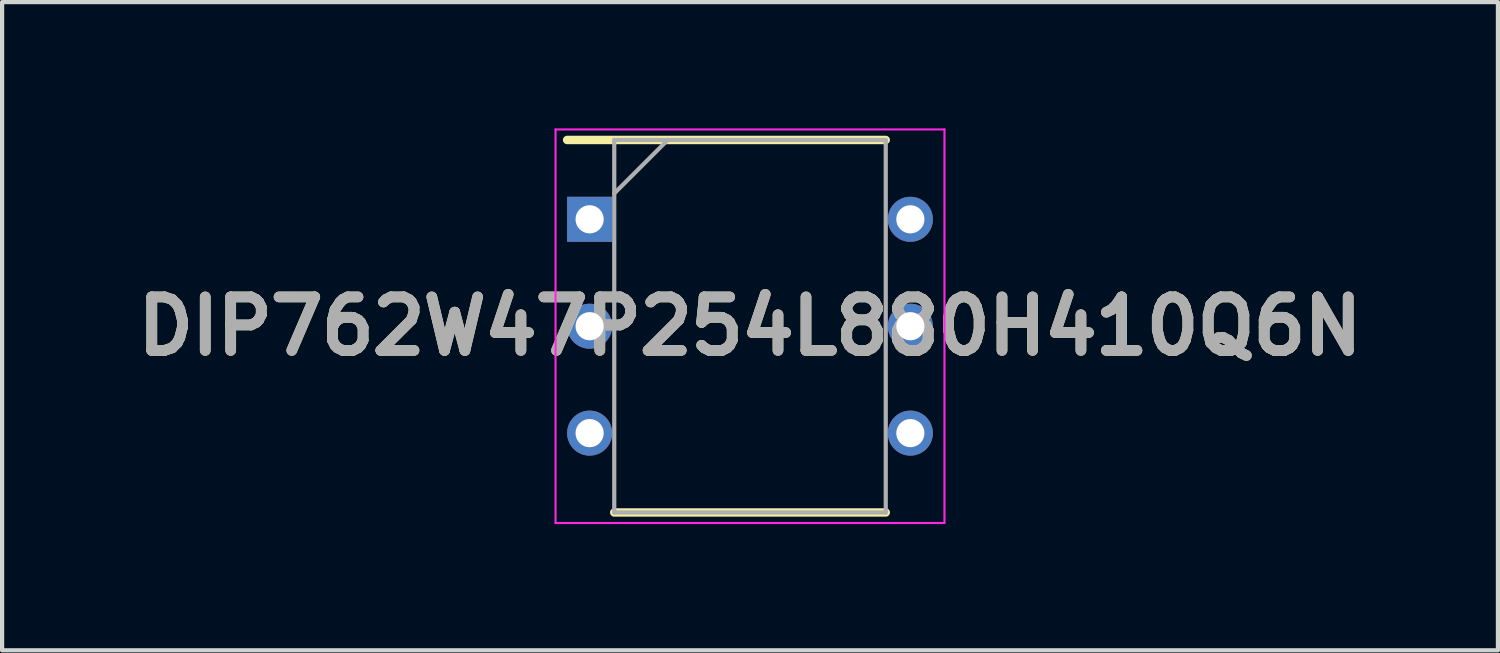
<source format=kicad_pcb>
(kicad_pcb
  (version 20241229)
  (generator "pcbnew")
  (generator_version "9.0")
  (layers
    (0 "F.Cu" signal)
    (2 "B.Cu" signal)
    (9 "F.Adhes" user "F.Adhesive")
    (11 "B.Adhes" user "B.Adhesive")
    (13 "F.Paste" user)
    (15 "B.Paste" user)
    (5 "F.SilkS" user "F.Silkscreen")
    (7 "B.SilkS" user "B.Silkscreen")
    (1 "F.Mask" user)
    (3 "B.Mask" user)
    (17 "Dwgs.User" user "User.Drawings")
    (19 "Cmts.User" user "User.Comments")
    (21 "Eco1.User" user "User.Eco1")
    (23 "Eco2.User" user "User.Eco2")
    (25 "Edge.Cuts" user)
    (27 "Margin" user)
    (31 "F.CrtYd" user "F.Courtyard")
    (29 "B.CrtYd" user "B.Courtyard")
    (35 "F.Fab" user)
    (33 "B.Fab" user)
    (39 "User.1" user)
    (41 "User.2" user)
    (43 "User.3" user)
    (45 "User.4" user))
  (footprint "DIP762W47P254L880H410Q6N"
    (layer "F.Cu")
    (at 14.768 4.7)
    (property "Reference" "DIP762W47P254L880H410Q6N" (at 0 0 0) (layer "F.SilkS") (effects (font (size 1.27 1.27) (thickness 0.254))))
    (attr through_hole)
    (fp_line (start -4.345 -4.425) (end 3.225 -4.425) (stroke (width 0.2) (type solid)) (layer "F.SilkS"))
    (fp_line (start -3.225 4.425) (end 3.225 4.425) (stroke (width 0.2) (type solid)) (layer "F.SilkS"))
    (fp_line (start -4.62 -4.675) (end 4.62 -4.675) (stroke (width 0.05) (type solid)) (layer "F.CrtYd"))
    (fp_line (start -4.62 4.675) (end -4.62 -4.675) (stroke (width 0.05) (type solid)) (layer "F.CrtYd"))
    (fp_line (start 4.62 -4.675) (end 4.62 4.675) (stroke (width 0.05) (type solid)) (layer "F.CrtYd"))
    (fp_line (start 4.62 4.675) (end -4.62 4.675) (stroke (width 0.05) (type solid)) (layer "F.CrtYd"))
    (fp_line (start -3.225 -4.425) (end 3.225 -4.425) (stroke (width 0.1) (type solid)) (layer "F.Fab"))
    (fp_line (start -3.225 -3.155) (end -1.955 -4.425) (stroke (width 0.1) (type solid)) (layer "F.Fab"))
    (fp_line (start -3.225 4.425) (end -3.225 -4.425) (stroke (width 0.1) (type solid)) (layer "F.Fab"))
    (fp_line (start 3.225 -4.425) (end 3.225 4.425) (stroke (width 0.1) (type solid)) (layer "F.Fab"))
    (fp_line (start 3.225 4.425) (end -3.225 4.425) (stroke (width 0.1) (type solid)) (layer "F.Fab"))
    (fp_text user "${REFERENCE}" (at 0 0 0) (layer "F.Fab") (effects (font (size 1.27 1.27) (thickness 0.254))))
    (pad "1" thru_hole rect (at -3.81 -2.54) (size 1.07 1.07) (drill 0.67) (layers "*.Cu" "*.Mask"))
    (pad "2" thru_hole circle (at -3.81 0) (size 1.07 1.07) (drill 0.67) (layers "*.Cu" "*.Mask"))
    (pad "3" thru_hole circle (at -3.81 2.54) (size 1.07 1.07) (drill 0.67) (layers "*.Cu" "*.Mask"))
    (pad "4" thru_hole circle (at 3.81 2.54) (size 1.07 1.07) (drill 0.67) (layers "*.Cu" "*.Mask"))
    (pad "5" thru_hole circle (at 3.81 0) (size 1.07 1.07) (drill 0.67) (layers "*.Cu" "*.Mask"))
    (pad "6" thru_hole circle (at 3.81 -2.54) (size 1.07 1.07) (drill 0.67) (layers "*.Cu" "*.Mask")))
  (gr_rect
    (start -3 -3)
    (end 32.537 12.4)
    (stroke (width 0.1) (type default))
    (fill no)
    (layer "Edge.Cuts")))
</source>
